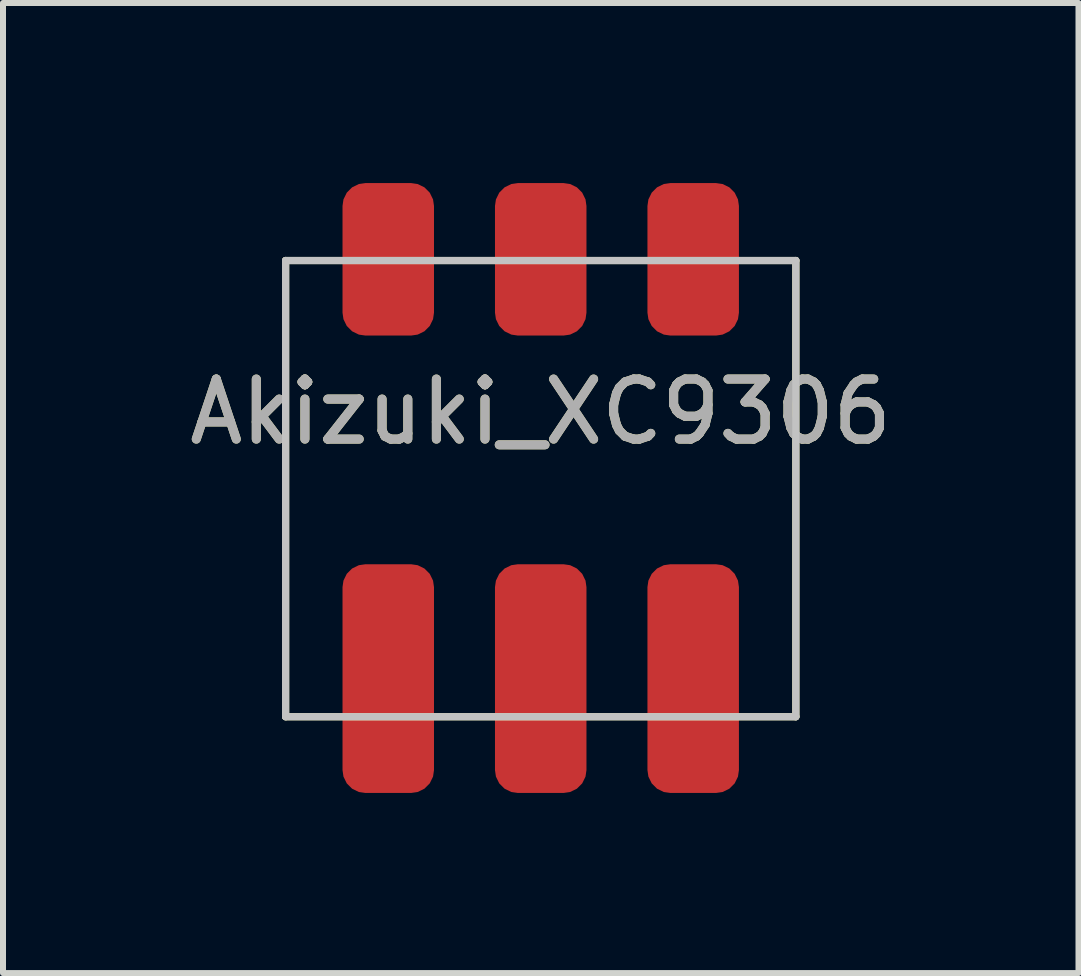
<source format=kicad_pcb>
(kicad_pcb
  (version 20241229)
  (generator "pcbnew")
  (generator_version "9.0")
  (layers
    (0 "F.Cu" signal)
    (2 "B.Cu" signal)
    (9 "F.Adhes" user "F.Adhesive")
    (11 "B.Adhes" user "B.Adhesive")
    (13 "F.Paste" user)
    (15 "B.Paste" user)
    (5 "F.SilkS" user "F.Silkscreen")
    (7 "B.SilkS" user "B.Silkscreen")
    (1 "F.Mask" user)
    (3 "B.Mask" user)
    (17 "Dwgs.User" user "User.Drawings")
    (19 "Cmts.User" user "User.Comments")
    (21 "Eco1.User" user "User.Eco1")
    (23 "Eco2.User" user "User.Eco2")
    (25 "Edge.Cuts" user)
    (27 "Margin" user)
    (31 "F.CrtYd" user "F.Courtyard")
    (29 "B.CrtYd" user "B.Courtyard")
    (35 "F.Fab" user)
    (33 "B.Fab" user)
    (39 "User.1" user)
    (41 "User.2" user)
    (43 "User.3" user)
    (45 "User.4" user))
  (footprint "Akizuki_XC9306"
    (layer "F.Cu")
    (at 5.958 1.29)
    (property "Reference" "Akizuki_XC9306" (at 0 2.52 0) (unlocked yes) (layer "F.SilkS") (effects (font (size 1 1) (thickness 0.15))))
    (attr smd)
    (fp_line (start -4.25 0) (end 4.25 0) (stroke (width 0.12) (type solid)) (layer "F.SilkS"))
    (fp_line (start -4.25 7.6) (end -4.25 0) (stroke (width 0.12) (type solid)) (layer "F.SilkS"))
    (fp_line (start 4.25 0) (end 4.25 7.6) (stroke (width 0.12) (type solid)) (layer "F.SilkS"))
    (fp_line (start 4.25 7.6) (end -4.25 7.6) (stroke (width 0.12) (type solid)) (layer "F.SilkS"))
    (fp_line (start -4.25 0) (end 4.25 0) (stroke (width 0.12) (type solid)) (layer "Dwgs.User"))
    (fp_line (start -4.25 7.6) (end -4.25 0) (stroke (width 0.12) (type solid)) (layer "Dwgs.User"))
    (fp_line (start 4.25 0) (end 4.25 7.6) (stroke (width 0.12) (type solid)) (layer "Dwgs.User"))
    (fp_line (start 4.25 7.6) (end -4.25 7.6) (stroke (width 0.12) (type solid)) (layer "Dwgs.User"))
    (fp_text user "${REFERENCE}" (at 0 2.52 0) (unlocked yes) (layer "F.Fab") (effects (font (size 1 1) (thickness 0.15))))
    (pad "1" smd roundrect (at -2.54 6.965) (size 1.524 3.81) (layers "F.Cu" "F.Mask" "F.Paste") (roundrect_rratio 0.25))
    (pad "2" smd roundrect (at 0 6.965) (size 1.524 3.81) (layers "F.Cu" "F.Mask" "F.Paste") (roundrect_rratio 0.25))
    (pad "3" smd roundrect (at 2.54 6.965) (size 1.524 3.81) (layers "F.Cu" "F.Mask" "F.Paste") (roundrect_rratio 0.25))
    (pad "4" smd roundrect (at 2.54 -0.02) (size 1.524 2.54) (layers "F.Cu" "F.Mask" "F.Paste") (roundrect_rratio 0.25))
    (pad "5" smd roundrect (at 0 -0.02) (size 1.524 2.54) (layers "F.Cu" "F.Mask" "F.Paste") (roundrect_rratio 0.25))
    (pad "6" smd roundrect (at -2.54 -0.02) (size 1.524 2.54) (layers "F.Cu" "F.Mask" "F.Paste") (roundrect_rratio 0.25)))
  (gr_rect
    (start -3 -3)
    (end 14.917 13.16)
    (stroke (width 0.1) (type default))
    (fill no)
    (layer "Edge.Cuts")))
</source>
